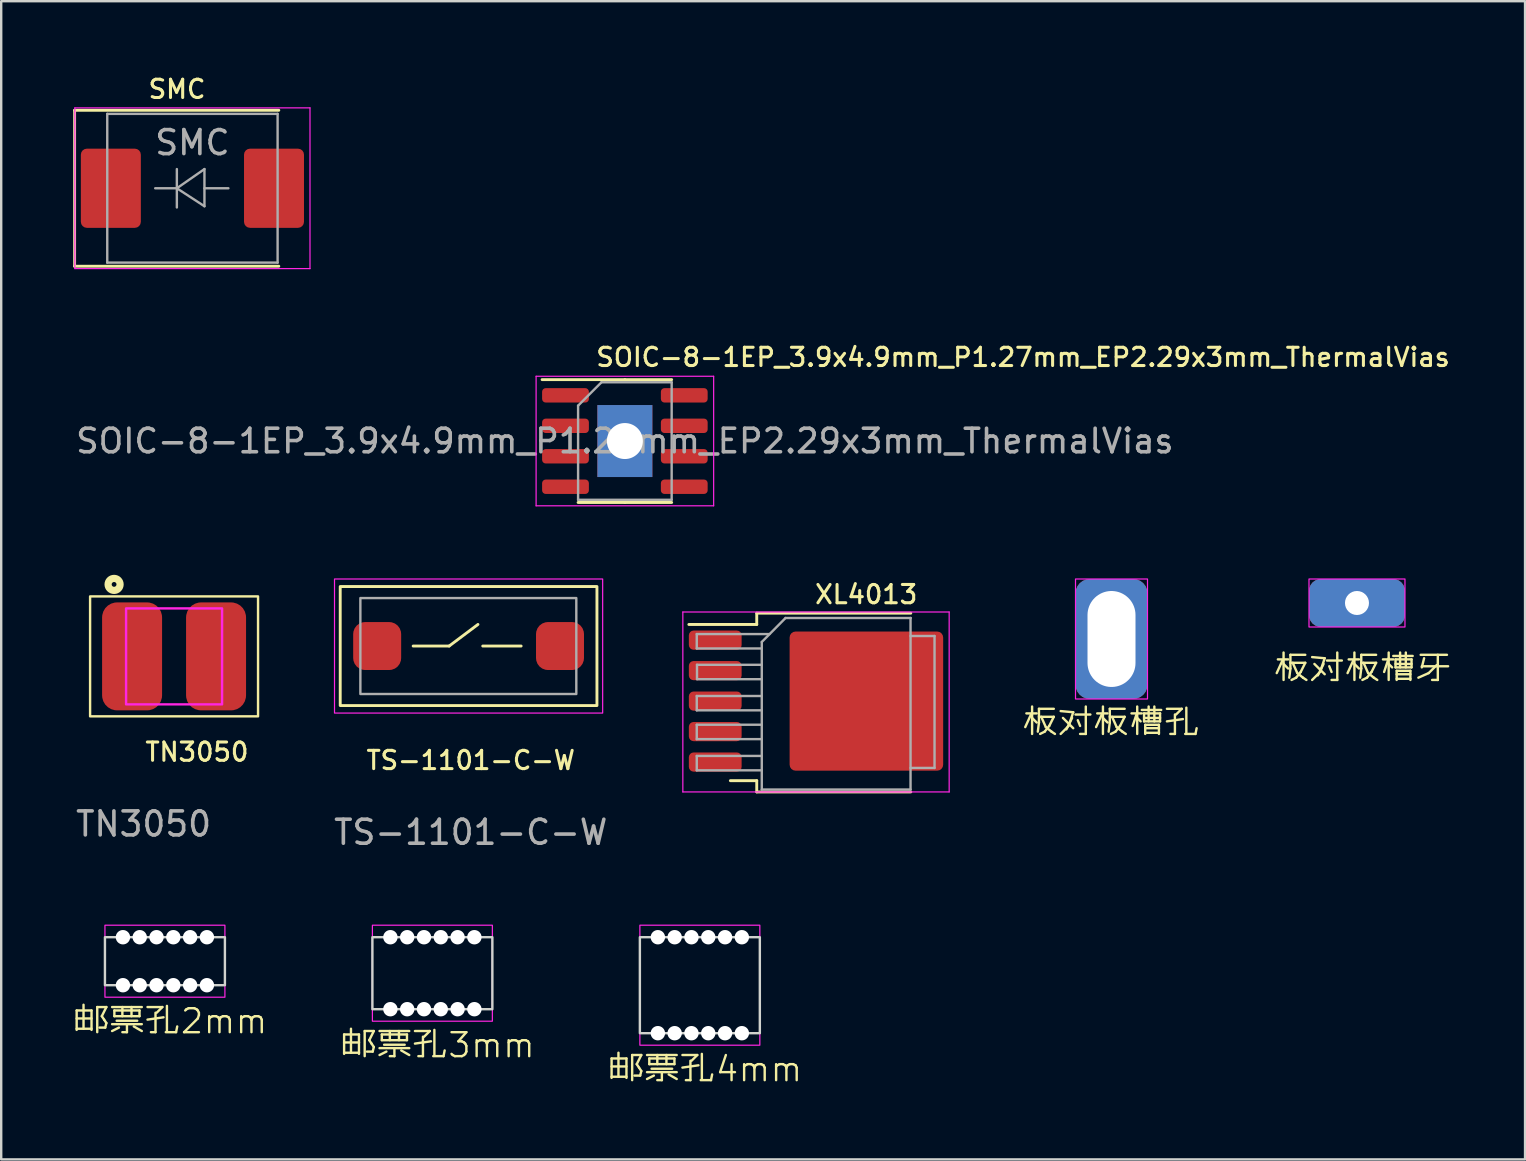
<source format=kicad_pcb>
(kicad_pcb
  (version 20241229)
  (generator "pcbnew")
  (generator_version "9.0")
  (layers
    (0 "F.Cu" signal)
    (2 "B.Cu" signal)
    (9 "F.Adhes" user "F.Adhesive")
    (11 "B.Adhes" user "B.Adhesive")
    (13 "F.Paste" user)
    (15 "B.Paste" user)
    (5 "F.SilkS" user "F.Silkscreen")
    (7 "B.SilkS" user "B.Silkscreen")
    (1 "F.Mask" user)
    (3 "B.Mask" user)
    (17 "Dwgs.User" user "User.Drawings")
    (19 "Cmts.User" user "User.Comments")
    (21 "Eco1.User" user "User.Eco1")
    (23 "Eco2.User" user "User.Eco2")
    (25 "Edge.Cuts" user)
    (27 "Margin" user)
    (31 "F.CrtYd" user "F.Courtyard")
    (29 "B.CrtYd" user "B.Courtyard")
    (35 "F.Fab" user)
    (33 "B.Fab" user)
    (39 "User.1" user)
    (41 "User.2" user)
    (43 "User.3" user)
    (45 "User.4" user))
  (footprint "XL4013"
    (layer "F.Cu")
    (at 31.8 26.171)
    (property "Reference" "XL4013" (at -0.953 -4.445 0) (layer "F.SilkS") (effects (font (size 0.762 0.762) (thickness 0.127)) (justify left)))
    (attr smd)
    (fp_line (start -3.31 -3.664) (end -3.31 -3.194) (stroke (width 0.12) (type solid)) (layer "F.SilkS"))
    (fp_line (start -3.31 -3.194) (end -6.14 -3.194) (stroke (width 0.12) (type solid)) (layer "F.SilkS"))
    (fp_line (start -3.31 3.316) (end -4.41 3.316) (stroke (width 0.12) (type solid)) (layer "F.SilkS"))
    (fp_line (start -3.31 3.786) (end -3.31 3.316) (stroke (width 0.12) (type solid)) (layer "F.SilkS"))
    (fp_line (start 3.11 -3.664) (end -3.31 -3.664) (stroke (width 0.12) (type solid)) (layer "F.SilkS"))
    (fp_line (start 3.11 3.786) (end -3.31 3.786) (stroke (width 0.12) (type solid)) (layer "F.SilkS"))
    (fp_line (start -6.39 -3.714) (end -6.39 3.786) (stroke (width 0.05) (type solid)) (layer "F.CrtYd"))
    (fp_line (start -6.39 3.786) (end 4.71 3.786) (stroke (width 0.05) (type solid)) (layer "F.CrtYd"))
    (fp_line (start 4.71 -3.714) (end -6.39 -3.714) (stroke (width 0.05) (type solid)) (layer "F.CrtYd"))
    (fp_line (start 4.71 3.786) (end 4.71 -3.714) (stroke (width 0.05) (type solid)) (layer "F.CrtYd"))
    (fp_line (start -5.81 -2.794) (end -5.81 -2.194) (stroke (width 0.1) (type solid)) (layer "F.Fab"))
    (fp_line (start -5.81 -2.194) (end -3.11 -2.194) (stroke (width 0.1) (type solid)) (layer "F.Fab"))
    (fp_line (start -5.81 -0.214) (end -5.81 0.386) (stroke (width 0.1) (type solid)) (layer "F.Fab"))
    (fp_line (start -5.81 0.386) (end -3.11 0.386) (stroke (width 0.1) (type solid)) (layer "F.Fab"))
    (fp_line (start -5.81 0.986) (end -5.81 1.586) (stroke (width 0.1) (type solid)) (layer "F.Fab"))
    (fp_line (start -5.81 1.586) (end -3.11 1.586) (stroke (width 0.1) (type solid)) (layer "F.Fab"))
    (fp_line (start -5.81 2.286) (end -5.81 2.886) (stroke (width 0.1) (type solid)) (layer "F.Fab"))
    (fp_line (start -5.81 2.886) (end -3.11 2.886) (stroke (width 0.1) (type solid)) (layer "F.Fab"))
    (fp_line (start -5.8 -1.514) (end -5.8 -0.914) (stroke (width 0.1) (type solid)) (layer "F.Fab"))
    (fp_line (start -5.8 -0.914) (end -3.1 -0.914) (stroke (width 0.1) (type solid)) (layer "F.Fab"))
    (fp_line (start -3.11 -0.214) (end -5.81 -0.214) (stroke (width 0.1) (type solid)) (layer "F.Fab"))
    (fp_line (start -3.11 0.986) (end -5.81 0.986) (stroke (width 0.1) (type solid)) (layer "F.Fab"))
    (fp_line (start -3.11 2.286) (end -5.81 2.286) (stroke (width 0.1) (type solid)) (layer "F.Fab"))
    (fp_line (start -3.1 -2.464) (end -2.11 -3.464) (stroke (width 0.1) (type solid)) (layer "F.Fab"))
    (fp_line (start -3.1 -1.514) (end -5.8 -1.514) (stroke (width 0.1) (type solid)) (layer "F.Fab"))
    (fp_line (start -3.1 3.686) (end -3.1 -2.464) (stroke (width 0.1) (type solid)) (layer "F.Fab"))
    (fp_line (start -2.78 -2.794) (end -5.81 -2.794) (stroke (width 0.1) (type solid)) (layer "F.Fab"))
    (fp_line (start -2.11 -3.464) (end 3.11 -3.464) (stroke (width 0.1) (type solid)) (layer "F.Fab"))
    (fp_line (start 3.1 -3.464) (end 3.1 3.686) (stroke (width 0.1) (type solid)) (layer "F.Fab"))
    (fp_line (start 3.1 -2.714) (end 4.1 -2.714) (stroke (width 0.1) (type solid)) (layer "F.Fab"))
    (fp_line (start 3.1 3.686) (end -3.1 3.686) (stroke (width 0.1) (type solid)) (layer "F.Fab"))
    (fp_line (start 4.1 -2.714) (end 4.1 2.786) (stroke (width 0.1) (type solid)) (layer "F.Fab"))
    (fp_line (start 4.1 2.786) (end 3.1 2.786) (stroke (width 0.1) (type solid)) (layer "F.Fab"))
    (pad "1" smd roundrect (at -5.04 -2.54) (size 2.2 0.8) (layers "F.Cu" "F.Mask" "F.Paste") (roundrect_rratio 0.25))
    (pad "2" smd roundrect (at -5.04 -1.27) (size 2.2 0.8) (layers "F.Cu" "F.Mask" "F.Paste") (roundrect_rratio 0.25))
    (pad "3" smd roundrect (at -5.04 0) (size 2.2 0.8) (layers "F.Cu" "F.Mask" "F.Paste") (roundrect_rratio 0.25))
    (pad "3" smd roundrect (at 1.26 0) (size 6.4 5.8) (layers "F.Cu" "F.Mask") (roundrect_rratio 0.043))
    (pad "4" smd roundrect (at -5.04 1.27) (size 2.2 0.8) (layers "F.Cu" "F.Mask" "F.Paste") (roundrect_rratio 0.25))
    (pad "5" smd roundrect (at -5.04 2.54) (size 2.2 0.8) (layers "F.Cu" "F.Mask" "F.Paste") (roundrect_rratio 0.25)))
  (footprint "邮票孔3mm"
    (layer "F.Cu")
    (at 12.471 39.012)
    (property "Reference" "邮票孔3mm" (at 2.75 1.5 0) (unlocked yes) (layer "F.SilkS") (effects (font (size 1 1) (thickness 0.1))))
    (attr through_hole board_only exclude_from_bom allow_missing_courtyard)
    (fp_rect (start 0 -3) (end 5 0) (stroke (width 0.1) (type default)) (fill no) (layer "Edge.Cuts"))
    (fp_rect (start 0 -3.5) (end 5 0.5) (stroke (width 0.05) (type default)) (fill no) (layer "F.CrtYd"))
    (pad "" np_thru_hole circle (at 0.75 -3) (size 0.6 0.6) (drill 0.6) (layers "*.Cu" "*.Mask"))
    (pad "" np_thru_hole circle (at 0.75 0) (size 0.6 0.6) (drill 0.6) (layers "*.Cu" "*.Mask"))
    (pad "" np_thru_hole circle (at 1.45 -3) (size 0.6 0.6) (drill 0.6) (layers "*.Cu" "*.Mask"))
    (pad "" np_thru_hole circle (at 1.45 0) (size 0.6 0.6) (drill 0.6) (layers "*.Cu" "*.Mask"))
    (pad "" np_thru_hole circle (at 2.15 -3) (size 0.6 0.6) (drill 0.6) (layers "*.Cu" "*.Mask"))
    (pad "" np_thru_hole circle (at 2.15 0) (size 0.6 0.6) (drill 0.6) (layers "*.Cu" "*.Mask"))
    (pad "" np_thru_hole circle (at 2.85 -3) (size 0.6 0.6) (drill 0.6) (layers "*.Cu" "*.Mask"))
    (pad "" np_thru_hole circle (at 2.85 0) (size 0.6 0.6) (drill 0.6) (layers "*.Cu" "*.Mask"))
    (pad "" np_thru_hole circle (at 3.55 -3) (size 0.6 0.6) (drill 0.6) (layers "*.Cu" "*.Mask"))
    (pad "" np_thru_hole circle (at 3.55 0) (size 0.6 0.6) (drill 0.6) (layers "*.Cu" "*.Mask"))
    (pad "" np_thru_hole circle (at 4.25 -3) (size 0.6 0.6) (drill 0.6) (layers "*.Cu" "*.Mask"))
    (pad "" np_thru_hole circle (at 4.25 0) (size 0.6 0.6) (drill 0.6) (layers "*.Cu" "*.Mask")))
  (footprint "SOIC-8-1EP_3.9x4.9mm_P1.27mm_EP2.29x3mm_ThermalVias"
    (layer "F.Cu")
    (at 22.994 15.332)
    (property "Reference" "SOIC-8-1EP_3.9x4.9mm_P1.27mm_EP2.29x3mm_ThermalVias" (at -1.27 -3.493 0) (layer "F.SilkS") (effects (font (size 0.762 0.762) (thickness 0.127)) (justify left)))
    (attr smd)
    (fp_line (start 0 -2.56) (end -3.45 -2.56) (stroke (width 0.12) (type solid)) (layer "F.SilkS"))
    (fp_line (start 0 -2.56) (end 1.95 -2.56) (stroke (width 0.12) (type solid)) (layer "F.SilkS"))
    (fp_line (start 0 2.56) (end -1.95 2.56) (stroke (width 0.12) (type solid)) (layer "F.SilkS"))
    (fp_line (start 0 2.56) (end 1.95 2.56) (stroke (width 0.12) (type solid)) (layer "F.SilkS"))
    (fp_line (start -3.7 -2.7) (end -3.7 2.7) (stroke (width 0.05) (type solid)) (layer "F.CrtYd"))
    (fp_line (start -3.7 2.7) (end 3.7 2.7) (stroke (width 0.05) (type solid)) (layer "F.CrtYd"))
    (fp_line (start 3.7 -2.7) (end -3.7 -2.7) (stroke (width 0.05) (type solid)) (layer "F.CrtYd"))
    (fp_line (start 3.7 2.7) (end 3.7 -2.7) (stroke (width 0.05) (type solid)) (layer "F.CrtYd"))
    (fp_line (start -1.95 -1.475) (end -0.975 -2.45) (stroke (width 0.1) (type solid)) (layer "F.Fab"))
    (fp_line (start -1.95 2.45) (end -1.95 -1.475) (stroke (width 0.1) (type solid)) (layer "F.Fab"))
    (fp_line (start -0.975 -2.45) (end 1.95 -2.45) (stroke (width 0.1) (type solid)) (layer "F.Fab"))
    (fp_line (start 1.95 -2.45) (end 1.95 2.45) (stroke (width 0.1) (type solid)) (layer "F.Fab"))
    (fp_line (start 1.95 2.45) (end -1.95 2.45) (stroke (width 0.1) (type solid)) (layer "F.Fab"))
    (fp_text user "${REFERENCE}" (at 0 0 0) (layer "F.Fab") (effects (font (size 0.98 0.98) (thickness 0.15))))
    (pad "1" smd roundrect (at -2.475 -1.905) (size 1.95 0.6) (layers "F.Cu" "F.Mask" "F.Paste") (roundrect_rratio 0.25))
    (pad "2" smd roundrect (at -2.475 -0.635) (size 1.95 0.6) (layers "F.Cu" "F.Mask" "F.Paste") (roundrect_rratio 0.25))
    (pad "3" smd roundrect (at -2.475 0.635) (size 1.95 0.6) (layers "F.Cu" "F.Mask" "F.Paste") (roundrect_rratio 0.25))
    (pad "4" smd roundrect (at -2.475 1.905) (size 1.95 0.6) (layers "F.Cu" "F.Mask" "F.Paste") (roundrect_rratio 0.25))
    (pad "5" smd roundrect (at 2.475 1.905) (size 1.95 0.6) (layers "F.Cu" "F.Mask" "F.Paste") (roundrect_rratio 0.25))
    (pad "6" smd roundrect (at 2.475 0.635) (size 1.95 0.6) (layers "F.Cu" "F.Mask" "F.Paste") (roundrect_rratio 0.25))
    (pad "7" smd roundrect (at 2.475 -0.635) (size 1.95 0.6) (layers "F.Cu" "F.Mask" "F.Paste") (roundrect_rratio 0.25))
    (pad "8" smd roundrect (at 2.475 -1.905) (size 1.95 0.6) (layers "F.Cu" "F.Mask" "F.Paste") (roundrect_rratio 0.25))
    (pad "9" thru_hole rect (at 0 0) (size 2.29 3) (drill 1.5) (layers "*.Cu" "*.Mask")))
  (footprint "TN3050"
    (layer "F.Cu")
    (at 4.205 24.307)
    (property "Reference" "TN3050" (at -1.27 3.985 0) (unlocked yes) (layer "F.SilkS") (effects (font (size 0.762 0.762) (thickness 0.127)) (justify left)))
    (attr smd)
    (fp_rect (start -3.5 -2.5) (end 3.5 2.5) (stroke (width 0.1) (type default)) (fill no) (layer "F.SilkS"))
    (fp_circle (center -2.5 -3) (end -2.4 -3) (stroke (width 0.3) (type default)) (fill no) (layer "F.SilkS"))
    (fp_rect (start -2 -2) (end 2 2) (stroke (width 0.1) (type default)) (fill no) (layer "F.CrtYd"))
    (fp_text user "${REFERENCE}" (at -1.27 6.985 0) (unlocked yes) (layer "F.Fab") (effects (font (size 1 1) (thickness 0.15))))
    (pad "1" smd roundrect (at -1.75 0) (size 2.5 4.5) (layers "F.Cu" "F.Mask" "F.Paste") (roundrect_rratio 0.25))
    (pad "2" smd roundrect (at 1.75 0) (size 2.5 4.5) (layers "F.Cu" "F.Mask" "F.Paste") (roundrect_rratio 0.25)))
  (footprint "板对板槽孔"
    (layer "F.Cu")
    (at 43.276 23.582)
    (property "Reference" "板对板槽孔" (at 0 3.5 0) (unlocked yes) (layer "F.SilkS") (effects (font (size 1 1) (thickness 0.1))))
    (attr through_hole exclude_from_bom)
    (fp_rect (start -1.5 -2.5) (end 1.5 2.5) (stroke (width 0.05) (type default)) (fill no) (layer "F.CrtYd"))
    (pad "1" thru_hole roundrect (at 0 0) (size 3 5) (drill oval 2 4) (layers "*.Cu" "*.Mask") (roundrect_rratio 0.2)))
  (footprint "SMC"
    (layer "F.Cu")
    (at 4.97 4.796)
    (property "Reference" "SMC" (at -1.905 -4.128 0) (layer "F.SilkS") (effects (font (size 0.762 0.762) (thickness 0.127)) (justify left)))
    (attr smd)
    (fp_line (start -4.91 -3.25) (end 3.6 -3.25) (stroke (width 0.12) (type solid)) (layer "F.SilkS"))
    (fp_line (start -4.91 3.25) (end -4.91 -3.25) (stroke (width 0.12) (type solid)) (layer "F.SilkS"))
    (fp_line (start -4.91 3.25) (end 3.6 3.25) (stroke (width 0.12) (type solid)) (layer "F.SilkS"))
    (fp_line (start -4.9 -3.35) (end 4.9 -3.35) (stroke (width 0.05) (type solid)) (layer "F.CrtYd"))
    (fp_line (start -4.9 3.35) (end -4.9 -3.35) (stroke (width 0.05) (type solid)) (layer "F.CrtYd"))
    (fp_line (start 4.9 -3.35) (end 4.9 3.35) (stroke (width 0.05) (type solid)) (layer "F.CrtYd"))
    (fp_line (start 4.9 3.35) (end -4.9 3.35) (stroke (width 0.05) (type solid)) (layer "F.CrtYd"))
    (fp_line (start -3.55 3.1) (end -3.55 -3.1) (stroke (width 0.1) (type solid)) (layer "F.Fab"))
    (fp_line (start -0.649 -0.799) (end -0.649 0.801) (stroke (width 0.1) (type solid)) (layer "F.Fab"))
    (fp_line (start -0.649 0.001) (end -1.551 0.001) (stroke (width 0.1) (type solid)) (layer "F.Fab"))
    (fp_line (start -0.649 0.001) (end 0.501 -0.799) (stroke (width 0.1) (type solid)) (layer "F.Fab"))
    (fp_line (start -0.649 0.001) (end 0.501 0.75) (stroke (width 0.1) (type solid)) (layer "F.Fab"))
    (fp_line (start 0.501 0.001) (end 1.499 0.001) (stroke (width 0.1) (type solid)) (layer "F.Fab"))
    (fp_line (start 0.501 0.75) (end 0.501 -0.799) (stroke (width 0.1) (type solid)) (layer "F.Fab"))
    (fp_line (start 3.55 -3.1) (end -3.55 -3.1) (stroke (width 0.1) (type solid)) (layer "F.Fab"))
    (fp_line (start 3.55 -3.1) (end 3.55 3.1) (stroke (width 0.1) (type solid)) (layer "F.Fab"))
    (fp_line (start 3.55 3.1) (end -3.55 3.1) (stroke (width 0.1) (type solid)) (layer "F.Fab"))
    (fp_text user "${REFERENCE}" (at 0 -1.9 0) (layer "F.Fab") (effects (font (size 1 1) (thickness 0.15))))
    (pad "1" smd roundrect (at -3.4 0 90) (size 3.3 2.5) (layers "F.Cu" "F.Mask" "F.Paste") (roundrect_rratio 0.1))
    (pad "2" smd roundrect (at 3.4 0 90) (size 3.3 2.5) (layers "F.Cu" "F.Mask" "F.Paste") (roundrect_rratio 0.1)))
  (footprint "板对板槽牙"
    (layer "F.Cu")
    (at 53.507 22.082)
    (property "Reference" "板对板槽牙" (at 0.25 2.75 0) (unlocked yes) (layer "F.SilkS") (effects (font (size 1 1) (thickness 0.1))))
    (attr through_hole exclude_from_bom)
    (fp_rect (start -2 -1) (end 2 1) (stroke (width 0.05) (type default)) (fill no) (layer "F.CrtYd"))
    (pad "1" thru_hole roundrect (at 0 0) (size 4 2) (drill 1) (layers "*.Cu" "*.Mask") (roundrect_rratio 0.25)))
  (footprint "邮票孔4mm"
    (layer "F.Cu")
    (at 23.619 40.012)
    (property "Reference" "邮票孔4mm" (at 2.75 1.5 0) (unlocked yes) (layer "F.SilkS") (effects (font (size 1 1) (thickness 0.1))))
    (attr through_hole board_only exclude_from_bom allow_missing_courtyard)
    (fp_rect (start 0 -4) (end 5 0) (stroke (width 0.1) (type default)) (fill no) (layer "Edge.Cuts"))
    (fp_rect (start 0 -4.5) (end 5 0.5) (stroke (width 0.05) (type default)) (fill no) (layer "F.CrtYd"))
    (pad "" np_thru_hole circle (at 0.75 -4) (size 0.6 0.6) (drill 0.6) (layers "*.Cu" "*.Mask"))
    (pad "" np_thru_hole circle (at 0.75 0) (size 0.6 0.6) (drill 0.6) (layers "*.Cu" "*.Mask"))
    (pad "" np_thru_hole circle (at 1.45 -4) (size 0.6 0.6) (drill 0.6) (layers "*.Cu" "*.Mask"))
    (pad "" np_thru_hole circle (at 1.45 0) (size 0.6 0.6) (drill 0.6) (layers "*.Cu" "*.Mask"))
    (pad "" np_thru_hole circle (at 2.15 -4) (size 0.6 0.6) (drill 0.6) (layers "*.Cu" "*.Mask"))
    (pad "" np_thru_hole circle (at 2.15 0) (size 0.6 0.6) (drill 0.6) (layers "*.Cu" "*.Mask"))
    (pad "" np_thru_hole circle (at 2.85 -4) (size 0.6 0.6) (drill 0.6) (layers "*.Cu" "*.Mask"))
    (pad "" np_thru_hole circle (at 2.85 0) (size 0.6 0.6) (drill 0.6) (layers "*.Cu" "*.Mask"))
    (pad "" np_thru_hole circle (at 3.55 -4) (size 0.6 0.6) (drill 0.6) (layers "*.Cu" "*.Mask"))
    (pad "" np_thru_hole circle (at 3.55 0) (size 0.6 0.6) (drill 0.6) (layers "*.Cu" "*.Mask"))
    (pad "" np_thru_hole circle (at 4.25 -4) (size 0.6 0.6) (drill 0.6) (layers "*.Cu" "*.Mask"))
    (pad "" np_thru_hole circle (at 4.25 0) (size 0.6 0.6) (drill 0.6) (layers "*.Cu" "*.Mask")))
  (footprint "TS-1101-C-W"
    (layer "F.Cu")
    (at 16.57 23.876)
    (property "Reference" "TS-1101-C-W" (at 0 4.763 0) (unlocked yes) (layer "F.SilkS") (effects (font (size 0.762 0.762) (thickness 0.127))))
    (attr smd)
    (fp_line (start -2.4 0) (end -0.9 0) (stroke (width 0.12) (type solid)) (layer "F.SilkS"))
    (fp_line (start -0.9 0) (end 0.3 -0.9) (stroke (width 0.12) (type solid)) (layer "F.SilkS"))
    (fp_line (start 0.5 0) (end 2.1 0) (stroke (width 0.12) (type solid)) (layer "F.SilkS"))
    (fp_rect (start -5.44 -2.48) (end 5.26 2.48) (stroke (width 0.12) (type solid)) (fill no) (layer "F.SilkS"))
    (fp_rect (start -5.678 -2.794) (end 5.498 2.794) (stroke (width 0.05) (type default)) (fill no) (layer "F.CrtYd"))
    (fp_rect (start -4.6 -2) (end 4.4 2) (stroke (width 0.1) (type default)) (fill no) (layer "F.Fab"))
    (fp_text user "${REFERENCE}" (at 0 7.763 0) (unlocked yes) (layer "F.Fab") (effects (font (size 1 1) (thickness 0.15))))
    (pad "1" smd roundrect (at -3.9 0) (size 2 2) (layers "F.Cu" "F.Mask" "F.Paste") (roundrect_rratio 0.25))
    (pad "2" smd roundrect (at 3.72 0) (size 2 2) (layers "F.Cu" "F.Mask" "F.Paste") (roundrect_rratio 0.25)))
  (footprint "邮票孔2mm"
    (layer "F.Cu")
    (at 1.324 38.012)
    (property "Reference" "邮票孔2mm" (at 2.75 1.5 0) (unlocked yes) (layer "F.SilkS") (effects (font (size 1 1) (thickness 0.1))))
    (attr through_hole board_only exclude_from_bom allow_missing_courtyard)
    (fp_rect (start 0 -2) (end 5 0) (stroke (width 0.1) (type default)) (fill no) (layer "Edge.Cuts"))
    (fp_rect (start 0 -2.5) (end 5 0.5) (stroke (width 0.05) (type default)) (fill no) (layer "F.CrtYd"))
    (pad "" np_thru_hole circle (at 0.75 -2) (size 0.6 0.6) (drill 0.6) (layers "*.Cu" "*.Mask"))
    (pad "" np_thru_hole circle (at 0.75 0) (size 0.6 0.6) (drill 0.6) (layers "*.Cu" "*.Mask"))
    (pad "" np_thru_hole circle (at 1.45 -2) (size 0.6 0.6) (drill 0.6) (layers "*.Cu" "*.Mask"))
    (pad "" np_thru_hole circle (at 1.45 0) (size 0.6 0.6) (drill 0.6) (layers "*.Cu" "*.Mask"))
    (pad "" np_thru_hole circle (at 2.15 -2) (size 0.6 0.6) (drill 0.6) (layers "*.Cu" "*.Mask"))
    (pad "" np_thru_hole circle (at 2.15 0) (size 0.6 0.6) (drill 0.6) (layers "*.Cu" "*.Mask"))
    (pad "" np_thru_hole circle (at 2.85 -2) (size 0.6 0.6) (drill 0.6) (layers "*.Cu" "*.Mask"))
    (pad "" np_thru_hole circle (at 2.85 0) (size 0.6 0.6) (drill 0.6) (layers "*.Cu" "*.Mask"))
    (pad "" np_thru_hole circle (at 3.55 -2) (size 0.6 0.6) (drill 0.6) (layers "*.Cu" "*.Mask"))
    (pad "" np_thru_hole circle (at 3.55 0) (size 0.6 0.6) (drill 0.6) (layers "*.Cu" "*.Mask"))
    (pad "" np_thru_hole circle (at 4.25 -2) (size 0.6 0.6) (drill 0.6) (layers "*.Cu" "*.Mask"))
    (pad "" np_thru_hole circle (at 4.25 0) (size 0.6 0.6) (drill 0.6) (layers "*.Cu" "*.Mask")))
  (gr_rect
    (start -3 -3)
    (end 60.512 45.273)
    (stroke (width 0.1) (type default))
    (fill no)
    (layer "Edge.Cuts")))
</source>
